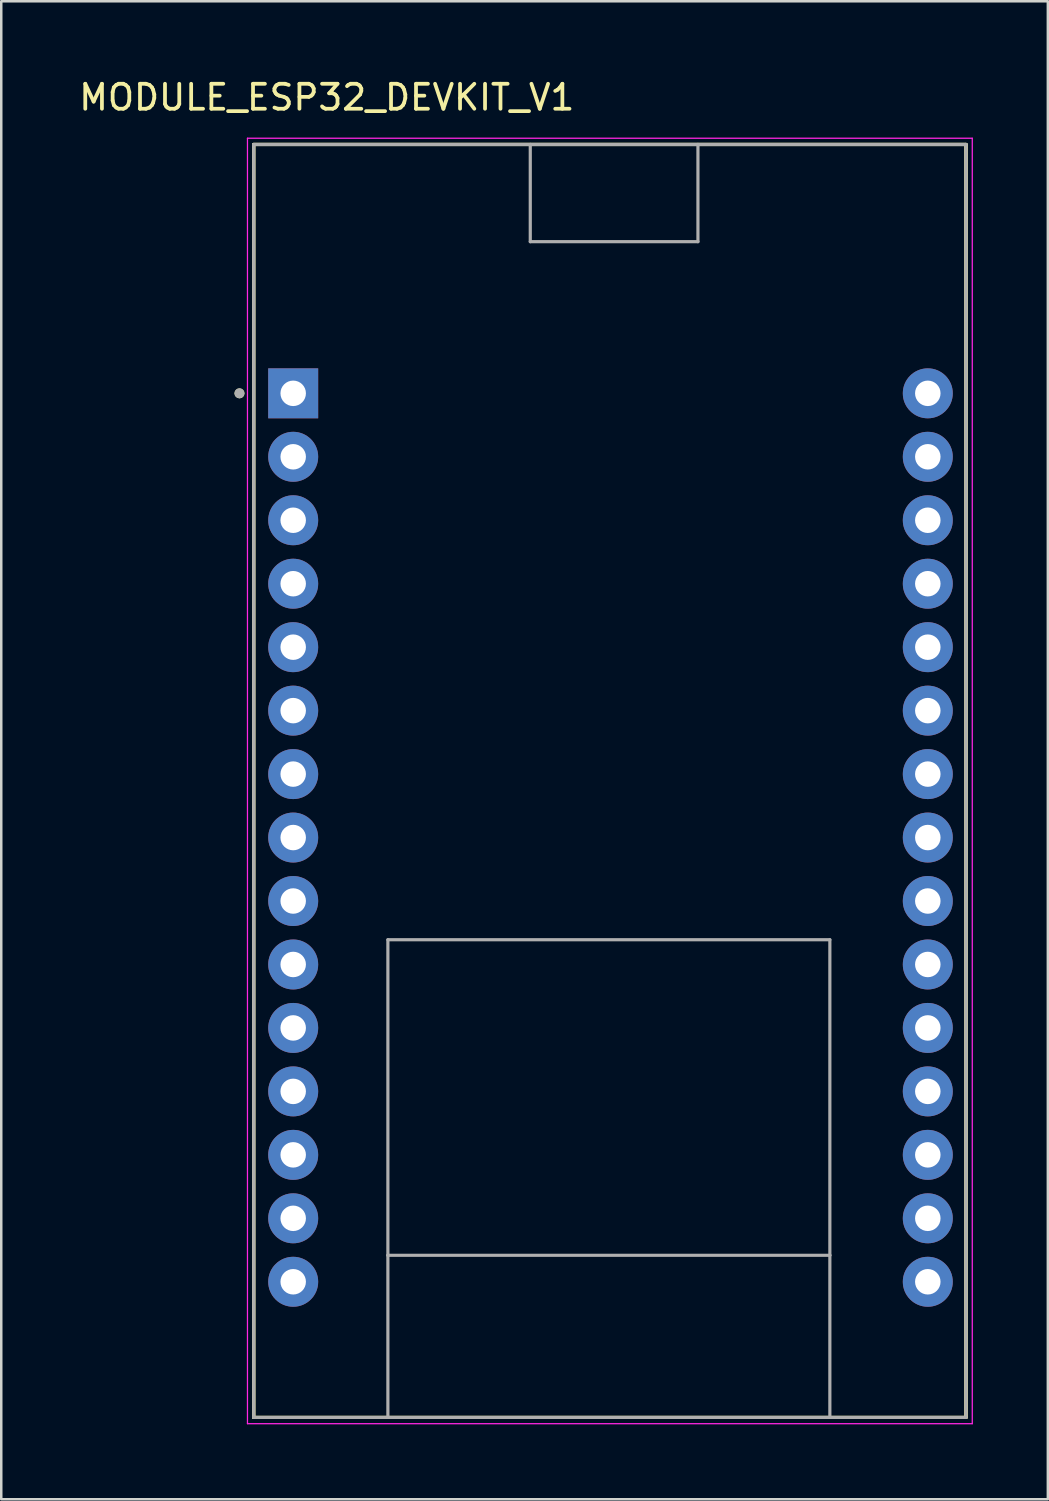
<source format=kicad_pcb>
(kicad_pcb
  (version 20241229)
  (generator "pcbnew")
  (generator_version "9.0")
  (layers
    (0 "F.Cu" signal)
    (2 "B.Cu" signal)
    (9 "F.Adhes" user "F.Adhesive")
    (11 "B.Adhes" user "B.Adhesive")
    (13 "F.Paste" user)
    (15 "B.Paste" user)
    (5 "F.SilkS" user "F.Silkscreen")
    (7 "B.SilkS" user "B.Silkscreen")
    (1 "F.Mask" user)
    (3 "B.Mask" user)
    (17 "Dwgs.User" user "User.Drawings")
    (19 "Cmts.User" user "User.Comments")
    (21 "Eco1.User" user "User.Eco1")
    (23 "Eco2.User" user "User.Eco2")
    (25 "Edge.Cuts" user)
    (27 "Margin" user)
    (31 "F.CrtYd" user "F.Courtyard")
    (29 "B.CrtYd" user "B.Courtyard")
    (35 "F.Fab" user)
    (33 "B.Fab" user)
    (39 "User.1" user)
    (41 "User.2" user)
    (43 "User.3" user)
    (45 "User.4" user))
  (footprint "MODULE_ESP32_DEVKIT_V1"
    (layer "F.Cu")
    (at 21.385 28.208)
    (property "Reference" "MODULE_ESP32_DEVKIT_V1" (at -11.355 -27.36 0) (layer "F.SilkS") (effects (font (size 1 1) (thickness 0.15))))
    (attr through_hole)
    (fp_line (start -14.28 -25.475) (end -3.211 -25.475) (stroke (width 0.127) (type solid)) (layer "F.SilkS"))
    (fp_line (start -14.28 -25.475) (end 14.23 -25.475) (stroke (width 0.127) (type solid)) (layer "F.SilkS"))
    (fp_line (start -14.28 25.475) (end -14.28 -25.475) (stroke (width 0.127) (type solid)) (layer "F.SilkS"))
    (fp_line (start -14.28 25.475) (end -14.28 -25.475) (stroke (width 0.127) (type solid)) (layer "F.SilkS"))
    (fp_line (start -14.28 25.475) (end -8.91 25.475) (stroke (width 0.127) (type solid)) (layer "F.SilkS"))
    (fp_line (start -8.91 25.475) (end 8.78 25.475) (stroke (width 0.127) (type solid)) (layer "F.SilkS"))
    (fp_line (start -3.211 -25.475) (end 3.5 -25.475) (stroke (width 0.127) (type solid)) (layer "F.SilkS"))
    (fp_line (start 3.5 -25.475) (end 14.23 -25.475) (stroke (width 0.127) (type solid)) (layer "F.SilkS"))
    (fp_line (start 8.78 25.475) (end 14.23 25.475) (stroke (width 0.127) (type solid)) (layer "F.SilkS"))
    (fp_line (start 14.23 -25.475) (end 14.23 25.475) (stroke (width 0.127) (type solid)) (layer "F.SilkS"))
    (fp_line (start 14.23 -25.475) (end 14.23 25.475) (stroke (width 0.127) (type solid)) (layer "F.SilkS"))
    (fp_line (start 14.23 25.475) (end -14.28 25.475) (stroke (width 0.127) (type solid)) (layer "F.SilkS"))
    (fp_circle (center -14.85 -15.515) (end -14.75 -15.515) (stroke (width 0.2) (type solid)) (fill no) (layer "F.SilkS"))
    (fp_line (start -14.53 -25.725) (end -14.53 25.725) (stroke (width 0.05) (type solid)) (layer "F.CrtYd"))
    (fp_line (start -14.53 25.725) (end 14.48 25.725) (stroke (width 0.05) (type solid)) (layer "F.CrtYd"))
    (fp_line (start 14.48 -25.725) (end -14.53 -25.725) (stroke (width 0.05) (type solid)) (layer "F.CrtYd"))
    (fp_line (start 14.48 25.725) (end 14.48 -25.725) (stroke (width 0.05) (type solid)) (layer "F.CrtYd"))
    (fp_line (start -14.28 -25.475) (end -3.211 -25.475) (stroke (width 0.127) (type solid)) (layer "F.Fab"))
    (fp_line (start -14.28 25.475) (end -14.28 -25.475) (stroke (width 0.127) (type solid)) (layer "F.Fab"))
    (fp_line (start -14.28 25.475) (end -8.91 25.475) (stroke (width 0.127) (type solid)) (layer "F.Fab"))
    (fp_line (start -8.91 6.355) (end 8.78 6.355) (stroke (width 0.127) (type solid)) (layer "F.Fab"))
    (fp_line (start -8.91 18.985) (end -8.91 6.355) (stroke (width 0.127) (type solid)) (layer "F.Fab"))
    (fp_line (start -8.91 18.985) (end 8.78 18.985) (stroke (width 0.127) (type solid)) (layer "F.Fab"))
    (fp_line (start -8.91 25.475) (end -8.91 18.985) (stroke (width 0.127) (type solid)) (layer "F.Fab"))
    (fp_line (start -8.91 25.475) (end 8.78 25.475) (stroke (width 0.127) (type solid)) (layer "F.Fab"))
    (fp_line (start -3.211 -25.475) (end 3.5 -25.475) (stroke (width 0.127) (type solid)) (layer "F.Fab"))
    (fp_line (start -3.211 -21.585) (end -3.211 -25.475) (stroke (width 0.127) (type solid)) (layer "F.Fab"))
    (fp_line (start 3.5 -25.475) (end 3.5 -21.585) (stroke (width 0.127) (type solid)) (layer "F.Fab"))
    (fp_line (start 3.5 -25.475) (end 14.23 -25.475) (stroke (width 0.127) (type solid)) (layer "F.Fab"))
    (fp_line (start 3.5 -21.585) (end -3.211 -21.585) (stroke (width 0.127) (type solid)) (layer "F.Fab"))
    (fp_line (start 8.78 6.355) (end 8.78 18.985) (stroke (width 0.127) (type solid)) (layer "F.Fab"))
    (fp_line (start 8.78 18.985) (end 8.78 25.475) (stroke (width 0.127) (type solid)) (layer "F.Fab"))
    (fp_line (start 8.78 25.475) (end 14.23 25.475) (stroke (width 0.127) (type solid)) (layer "F.Fab"))
    (fp_line (start 14.23 -25.475) (end 14.23 25.475) (stroke (width 0.127) (type solid)) (layer "F.Fab"))
    (fp_circle (center -14.85 -15.515) (end -14.75 -15.515) (stroke (width 0.2) (type solid)) (fill no) (layer "F.Fab"))
    (pad "1" thru_hole rect (at -12.7 -15.515) (size 2 2) (drill 1.02) (layers "*.Cu" "*.Mask"))
    (pad "2" thru_hole circle (at -12.7 -12.975) (size 2 2) (drill 1.02) (layers "*.Cu" "*.Mask"))
    (pad "3" thru_hole circle (at -12.7 -10.435) (size 2 2) (drill 1.02) (layers "*.Cu" "*.Mask"))
    (pad "4" thru_hole circle (at -12.7 -7.895) (size 2 2) (drill 1.02) (layers "*.Cu" "*.Mask"))
    (pad "5" thru_hole circle (at -12.7 -5.355) (size 2 2) (drill 1.02) (layers "*.Cu" "*.Mask"))
    (pad "6" thru_hole circle (at -12.7 -2.815) (size 2 2) (drill 1.02) (layers "*.Cu" "*.Mask"))
    (pad "7" thru_hole circle (at -12.7 -0.275) (size 2 2) (drill 1.02) (layers "*.Cu" "*.Mask"))
    (pad "8" thru_hole circle (at -12.7 2.265) (size 2 2) (drill 1.02) (layers "*.Cu" "*.Mask"))
    (pad "9" thru_hole circle (at -12.7 4.805) (size 2 2) (drill 1.02) (layers "*.Cu" "*.Mask"))
    (pad "10" thru_hole circle (at -12.7 7.345) (size 2 2) (drill 1.02) (layers "*.Cu" "*.Mask"))
    (pad "11" thru_hole circle (at -12.7 9.885) (size 2 2) (drill 1.02) (layers "*.Cu" "*.Mask"))
    (pad "12" thru_hole circle (at -12.7 12.425) (size 2 2) (drill 1.02) (layers "*.Cu" "*.Mask"))
    (pad "13" thru_hole circle (at -12.7 14.965) (size 2 2) (drill 1.02) (layers "*.Cu" "*.Mask"))
    (pad "14" thru_hole circle (at -12.7 17.505) (size 2 2) (drill 1.02) (layers "*.Cu" "*.Mask"))
    (pad "15" thru_hole circle (at -12.7 20.045) (size 2 2) (drill 1.02) (layers "*.Cu" "*.Mask"))
    (pad "16" thru_hole circle (at 12.7 20.045) (size 2 2) (drill 1.02) (layers "*.Cu" "*.Mask"))
    (pad "17" thru_hole circle (at 12.7 17.505) (size 2 2) (drill 1.02) (layers "*.Cu" "*.Mask"))
    (pad "18" thru_hole circle (at 12.7 14.965) (size 2 2) (drill 1.02) (layers "*.Cu" "*.Mask"))
    (pad "19" thru_hole circle (at 12.7 12.425) (size 2 2) (drill 1.02) (layers "*.Cu" "*.Mask"))
    (pad "20" thru_hole circle (at 12.7 9.885) (size 2 2) (drill 1.02) (layers "*.Cu" "*.Mask"))
    (pad "21" thru_hole circle (at 12.7 7.345) (size 2 2) (drill 1.02) (layers "*.Cu" "*.Mask"))
    (pad "22" thru_hole circle (at 12.7 4.805) (size 2 2) (drill 1.02) (layers "*.Cu" "*.Mask"))
    (pad "23" thru_hole circle (at 12.7 2.265) (size 2 2) (drill 1.02) (layers "*.Cu" "*.Mask"))
    (pad "24" thru_hole circle (at 12.7 -0.275) (size 2 2) (drill 1.02) (layers "*.Cu" "*.Mask"))
    (pad "25" thru_hole circle (at 12.7 -2.815) (size 2 2) (drill 1.02) (layers "*.Cu" "*.Mask"))
    (pad "26" thru_hole circle (at 12.7 -5.355) (size 2 2) (drill 1.02) (layers "*.Cu" "*.Mask"))
    (pad "27" thru_hole circle (at 12.7 -7.895) (size 2 2) (drill 1.02) (layers "*.Cu" "*.Mask"))
    (pad "28" thru_hole circle (at 12.7 -10.435) (size 2 2) (drill 1.02) (layers "*.Cu" "*.Mask"))
    (pad "29" thru_hole circle (at 12.7 -12.975) (size 2 2) (drill 1.02) (layers "*.Cu" "*.Mask"))
    (pad "30" thru_hole circle (at 12.7 -15.515) (size 2 2) (drill 1.02) (layers "*.Cu" "*.Mask")))
  (gr_rect
    (start -3 -3)
    (end 38.89 56.958)
    (stroke (width 0.1) (type default))
    (fill no)
    (layer "Edge.Cuts")))
</source>
